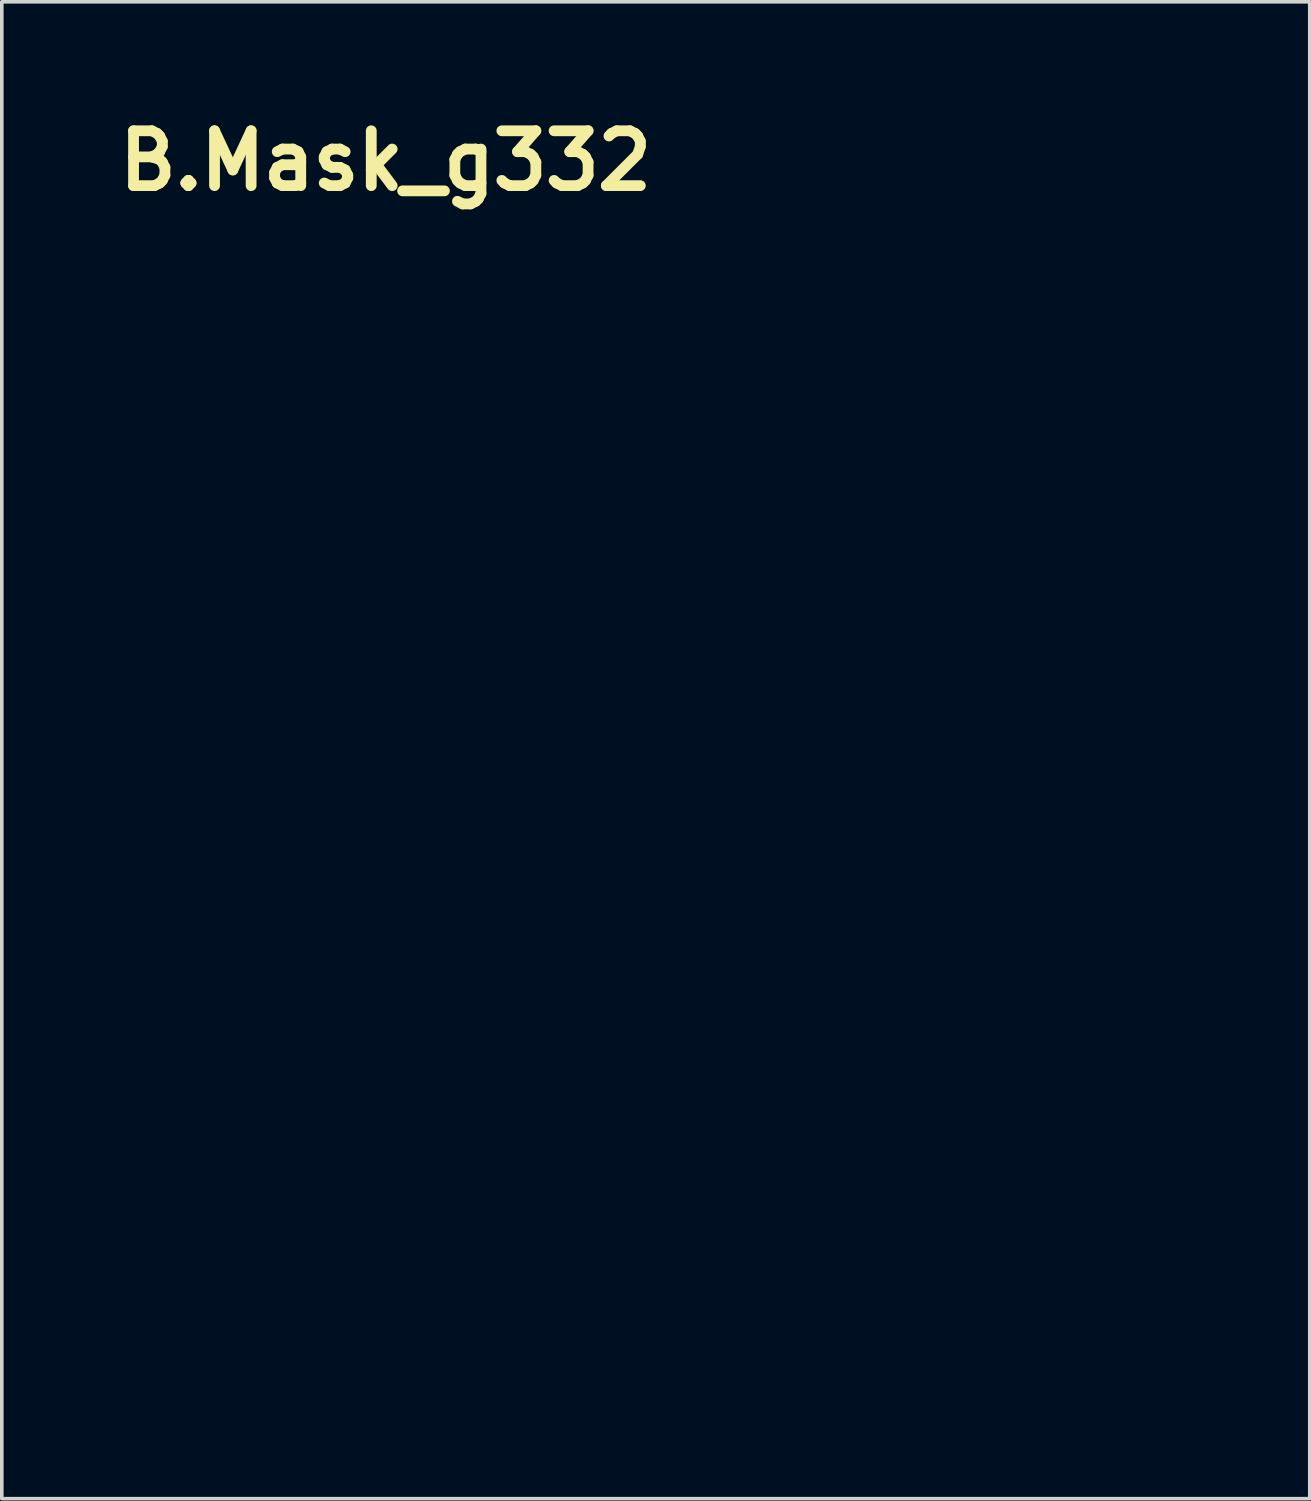
<source format=kicad_pcb>
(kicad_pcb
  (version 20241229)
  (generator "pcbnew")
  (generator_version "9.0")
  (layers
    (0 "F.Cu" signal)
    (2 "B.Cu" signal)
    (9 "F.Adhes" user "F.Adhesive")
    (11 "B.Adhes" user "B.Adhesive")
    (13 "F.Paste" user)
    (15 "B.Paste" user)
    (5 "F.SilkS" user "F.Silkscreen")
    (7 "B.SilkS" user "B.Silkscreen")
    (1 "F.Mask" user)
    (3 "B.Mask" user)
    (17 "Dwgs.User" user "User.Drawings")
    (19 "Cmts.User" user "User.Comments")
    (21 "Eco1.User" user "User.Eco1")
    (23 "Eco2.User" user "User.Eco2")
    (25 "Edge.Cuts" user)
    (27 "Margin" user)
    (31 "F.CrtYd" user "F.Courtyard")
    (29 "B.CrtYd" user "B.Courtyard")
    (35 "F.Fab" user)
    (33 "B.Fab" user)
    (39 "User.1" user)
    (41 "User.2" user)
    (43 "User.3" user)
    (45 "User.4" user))
  (footprint "B.Mask_g332"
    (layer "F.Cu")
    (at 7.664 1.418)
    (property "Reference" "B.Mask_g332" (at 0 0 0) (layer "F.SilkS") (effects (font (size 1.524 1.524) (thickness 0.3))))
    (attr through_hole)
    (fp_poly (pts (xy 3.281 30.184) (xy 3.09 30.184) (xy 3.09 30.861) (xy 3.281 30.861) (xy 3.281 31.073) (xy 2.625 31.073) (xy 2.625 30.861) (xy 2.794 30.861) (xy 2.794 30.184) (xy 2.625 30.184) (xy 2.625 29.972) (xy 3.281 29.972) (xy 3.281 30.184)) (stroke (width 0.01) (type solid)) (fill yes) (layer "B.Mask"))
    (fp_poly (pts (xy 3.725 32.533) (xy 2.921 32.533) (xy 2.921 32.322) (xy 3.429 32.322) (xy 3.429 32.068) (xy 2.963 32.068) (xy 2.963 31.835) (xy 3.429 31.835) (xy 3.429 31.665) (xy 2.921 31.665) (xy 2.921 31.433) (xy 3.725 31.433) (xy 3.725 32.533)) (stroke (width 0.01) (type solid)) (fill yes) (layer "B.Mask"))
    (fp_poly (pts (xy 4.344 31.437) (xy 4.752 31.443) (xy 4.758 31.988) (xy 4.763 32.533) (xy 3.937 32.533) (xy 3.937 32.322) (xy 4.445 32.322) (xy 4.445 32.068) (xy 3.979 32.068) (xy 3.979 31.835) (xy 4.445 31.835) (xy 4.445 31.665) (xy 3.937 31.665) (xy 3.937 31.432) (xy 4.344 31.437)) (stroke (width 0.01) (type solid)) (fill yes) (layer "B.Mask"))
    (fp_poly (pts (xy 21.378 28.131) (xy 22.67 28.131) (xy 22.665 28.75) (xy 22.659 29.369) (xy 22.019 29.374) (xy 21.378 29.38) (xy 21.378 30.649) (xy 20.151 30.649) (xy 20.151 29.379) (xy 18.881 29.379) (xy 18.881 28.131) (xy 20.151 28.131) (xy 20.151 26.86) (xy 21.378 26.86) (xy 21.378 28.131)) (stroke (width 0.01) (type solid)) (fill yes) (layer "B.Mask"))
    (fp_poly (pts (xy 1.677 30.269) (xy 1.683 30.565) (xy 1.871 30.269) (xy 2.059 29.972) (xy 2.413 29.972) (xy 2.413 31.073) (xy 2.139 31.073) (xy 2.133 30.724) (xy 2.127 30.376) (xy 1.915 30.719) (xy 1.702 31.062) (xy 1.55 31.068) (xy 1.397 31.075) (xy 1.397 29.972) (xy 1.671 29.972) (xy 1.677 30.269)) (stroke (width 0.01) (type solid)) (fill yes) (layer "B.Mask"))
    (fp_poly (pts (xy 5.694 31.073) (xy 5.382 31.071) (xy 5.232 31.068) (xy 5.119 31.062) (xy 5.036 31.052) (xy 4.976 31.036) (xy 4.868 30.978) (xy 4.772 30.89) (xy 4.698 30.783) (xy 4.669 30.711) (xy 4.643 30.569) (xy 4.957 30.569) (xy 4.982 30.684) (xy 5.038 30.77) (xy 5.124 30.827) (xy 5.242 30.856) (xy 5.297 30.859) (xy 5.376 30.861) (xy 5.376 30.205) (xy 5.265 30.205) (xy 5.146 30.221) (xy 5.055 30.269) (xy 4.992 30.346) (xy 4.96 30.453) (xy 4.957 30.569) (xy 4.643 30.569) (xy 4.64 30.552) (xy 4.648 30.403) (xy 4.693 30.27) (xy 4.773 30.156) (xy 4.885 30.065) (xy 4.929 30.041) (xy 4.978 30.019) (xy 5.023 30.002) (xy 5.072 29.991) (xy 5.136 29.984) (xy 5.222 29.979) (xy 5.339 29.976) (xy 5.371 29.975) (xy 5.694 29.967) (xy 5.694 31.073)) (stroke (width 0.01) (type solid)) (fill yes) (layer "B.Mask"))
    (fp_poly (pts (xy 2.709 32.533) (xy 2.413 32.533) (xy 2.413 32.356) (xy 2.411 32.26) (xy 2.404 32.198) (xy 2.39 32.162) (xy 2.38 32.151) (xy 2.345 32.136) (xy 2.332 32.145) (xy 2.314 32.17) (xy 2.277 32.221) (xy 2.226 32.29) (xy 2.181 32.35) (xy 2.044 32.533) (xy 1.669 32.533) (xy 1.875 32.263) (xy 1.946 32.17) (xy 2.008 32.088) (xy 2.058 32.023) (xy 2.089 31.982) (xy 2.097 31.971) (xy 2.091 31.948) (xy 2.059 31.897) (xy 2.005 31.824) (xy 1.932 31.733) (xy 1.904 31.7) (xy 1.831 31.613) (xy 1.77 31.539) (xy 1.723 31.482) (xy 1.697 31.448) (xy 1.693 31.441) (xy 1.713 31.437) (xy 1.765 31.435) (xy 1.839 31.433) (xy 1.868 31.433) (xy 2.043 31.434) (xy 2.223 31.667) (xy 2.402 31.899) (xy 2.408 31.666) (xy 2.414 31.433) (xy 2.709 31.433) (xy 2.709 32.533)) (stroke (width 0.01) (type solid)) (fill yes) (layer "B.Mask"))
    (fp_poly (pts (xy 8.018 33.576) (xy 8.069 33.718) (xy 8.116 33.847) (xy 8.156 33.957) (xy 8.186 34.044) (xy 8.206 34.102) (xy 8.213 34.126) (xy 8.213 34.126) (xy 8.194 34.134) (xy 8.142 34.14) (xy 8.071 34.142) (xy 8.066 34.142) (xy 7.92 34.142) (xy 7.885 34.036) (xy 7.849 33.93) (xy 7.458 33.93) (xy 7.427 34.031) (xy 7.396 34.131) (xy 7.233 34.137) (xy 7.07 34.144) (xy 7.109 34.042) (xy 7.128 33.992) (xy 7.159 33.91) (xy 7.199 33.803) (xy 7.238 33.697) (xy 7.539 33.697) (xy 7.654 33.697) (xy 7.717 33.696) (xy 7.758 33.694) (xy 7.768 33.692) (xy 7.761 33.671) (xy 7.743 33.62) (xy 7.718 33.549) (xy 7.709 33.523) (xy 7.65 33.359) (xy 7.539 33.697) (xy 7.238 33.697) (xy 7.245 33.679) (xy 7.295 33.544) (xy 7.314 33.491) (xy 7.479 33.041) (xy 7.822 33.041) (xy 8.018 33.576)) (stroke (width 0.01) (type solid)) (fill yes) (layer "B.Mask"))
    (fp_poly (pts (xy 0.817 33.035) (xy 0.922 33.051) (xy 0.958 33.06) (xy 1.058 33.089) (xy 1.058 33.21) (xy 1.056 33.277) (xy 1.051 33.326) (xy 1.046 33.343) (xy 1.022 33.341) (xy 0.972 33.325) (xy 0.924 33.304) (xy 0.812 33.264) (xy 0.717 33.254) (xy 0.642 33.272) (xy 0.592 33.317) (xy 0.572 33.388) (xy 0.572 33.398) (xy 0.583 33.465) (xy 0.62 33.537) (xy 0.685 33.618) (xy 0.782 33.711) (xy 0.894 33.806) (xy 0.974 33.872) (xy 1.027 33.918) (xy 1.059 33.953) (xy 1.074 33.984) (xy 1.079 34.019) (xy 1.079 34.049) (xy 1.079 34.142) (xy 0.212 34.142) (xy 0.212 33.909) (xy 0.634 33.909) (xy 0.469 33.745) (xy 0.388 33.662) (xy 0.334 33.598) (xy 0.3 33.544) (xy 0.279 33.49) (xy 0.276 33.48) (xy 0.258 33.351) (xy 0.278 33.239) (xy 0.336 33.144) (xy 0.426 33.073) (xy 0.493 33.049) (xy 0.589 33.034) (xy 0.701 33.029) (xy 0.817 33.035)) (stroke (width 0.01) (type solid)) (fill yes) (layer "B.Mask"))
    (fp_poly (pts (xy 6.609 33.052) (xy 6.746 33.113) (xy 6.861 33.203) (xy 6.947 33.322) (xy 6.949 33.325) (xy 6.981 33.421) (xy 6.997 33.539) (xy 6.995 33.666) (xy 6.976 33.786) (xy 6.946 33.872) (xy 6.865 33.989) (xy 6.755 34.081) (xy 6.649 34.131) (xy 6.551 34.152) (xy 6.428 34.16) (xy 6.292 34.156) (xy 6.158 34.14) (xy 6.101 34.128) (xy 5.969 34.097) (xy 5.969 33.528) (xy 6.477 33.528) (xy 6.477 33.761) (xy 6.265 33.761) (xy 6.265 33.957) (xy 6.37 33.945) (xy 6.497 33.915) (xy 6.591 33.857) (xy 6.653 33.772) (xy 6.684 33.658) (xy 6.689 33.585) (xy 6.67 33.464) (xy 6.615 33.362) (xy 6.538 33.29) (xy 6.457 33.254) (xy 6.355 33.246) (xy 6.243 33.266) (xy 6.132 33.312) (xy 6.129 33.314) (xy 6.065 33.348) (xy 6.014 33.372) (xy 5.99 33.38) (xy 5.979 33.36) (xy 5.971 33.308) (xy 5.969 33.243) (xy 5.969 33.106) (xy 6.109 33.063) (xy 6.285 33.026) (xy 6.454 33.022) (xy 6.609 33.052)) (stroke (width 0.01) (type solid)) (fill yes) (layer "B.Mask"))
    (fp_poly (pts (xy 1.845 33.035) (xy 1.939 33.043) (xy 2.011 33.055) (xy 2.027 33.059) (xy 2.117 33.085) (xy 2.117 33.222) (xy 2.115 33.292) (xy 2.112 33.341) (xy 2.108 33.359) (xy 2.086 33.35) (xy 2.037 33.329) (xy 1.986 33.306) (xy 1.876 33.267) (xy 1.78 33.257) (xy 1.705 33.274) (xy 1.653 33.314) (xy 1.629 33.375) (xy 1.639 33.454) (xy 1.661 33.505) (xy 1.691 33.547) (xy 1.745 33.607) (xy 1.815 33.678) (xy 1.893 33.752) (xy 1.969 33.82) (xy 2.035 33.874) (xy 2.077 33.903) (xy 2.115 33.931) (xy 2.133 33.966) (xy 2.138 34.023) (xy 2.138 34.041) (xy 2.138 34.142) (xy 1.27 34.142) (xy 1.27 33.909) (xy 1.487 33.909) (xy 1.704 33.909) (xy 1.571 33.791) (xy 1.46 33.68) (xy 1.384 33.577) (xy 1.34 33.475) (xy 1.324 33.368) (xy 1.324 33.356) (xy 1.336 33.246) (xy 1.377 33.161) (xy 1.454 33.092) (xy 1.484 33.073) (xy 1.53 33.051) (xy 1.585 33.038) (xy 1.661 33.032) (xy 1.746 33.031) (xy 1.845 33.035)) (stroke (width 0.01) (type solid)) (fill yes) (layer "B.Mask"))
    (fp_poly (pts (xy 3.771 30.372) (xy 3.775 30.526) (xy 3.78 30.643) (xy 3.789 30.728) (xy 3.803 30.788) (xy 3.824 30.827) (xy 3.853 30.851) (xy 3.893 30.866) (xy 3.927 30.873) (xy 3.997 30.872) (xy 4.066 30.849) (xy 4.119 30.811) (xy 4.136 30.786) (xy 4.14 30.755) (xy 4.143 30.688) (xy 4.146 30.594) (xy 4.148 30.48) (xy 4.149 30.362) (xy 4.149 29.972) (xy 4.47 29.972) (xy 4.463 30.39) (xy 4.46 30.534) (xy 4.457 30.642) (xy 4.453 30.722) (xy 4.447 30.78) (xy 4.438 30.823) (xy 4.426 30.857) (xy 4.409 30.89) (xy 4.403 30.902) (xy 4.347 30.979) (xy 4.278 31.033) (xy 4.187 31.067) (xy 4.067 31.085) (xy 3.99 31.089) (xy 3.856 31.087) (xy 3.755 31.074) (xy 3.719 31.064) (xy 3.622 31.015) (xy 3.553 30.945) (xy 3.511 30.872) (xy 3.497 30.836) (xy 3.487 30.794) (xy 3.48 30.739) (xy 3.475 30.665) (xy 3.473 30.563) (xy 3.472 30.428) (xy 3.472 30.379) (xy 3.471 29.972) (xy 3.764 29.972) (xy 3.771 30.372)) (stroke (width 0.01) (type solid)) (fill yes) (layer "B.Mask"))
    (fp_poly (pts (xy 3.975 33.034) (xy 4.068 33.042) (xy 4.138 33.054) (xy 4.154 33.059) (xy 4.233 33.087) (xy 4.233 33.223) (xy 4.233 33.292) (xy 4.231 33.341) (xy 4.228 33.359) (xy 4.208 33.35) (xy 4.162 33.327) (xy 4.119 33.306) (xy 4.003 33.262) (xy 3.902 33.256) (xy 3.818 33.287) (xy 3.798 33.302) (xy 3.759 33.342) (xy 3.749 33.384) (xy 3.755 33.427) (xy 3.785 33.502) (xy 3.85 33.592) (xy 3.945 33.691) (xy 4.066 33.796) (xy 4.107 33.828) (xy 4.177 33.882) (xy 4.221 33.921) (xy 4.244 33.953) (xy 4.253 33.989) (xy 4.254 34.036) (xy 4.255 34.041) (xy 4.255 34.142) (xy 3.387 34.142) (xy 3.387 33.909) (xy 3.841 33.909) (xy 3.757 33.841) (xy 3.628 33.727) (xy 3.537 33.621) (xy 3.48 33.517) (xy 3.453 33.411) (xy 3.45 33.358) (xy 3.463 33.245) (xy 3.505 33.157) (xy 3.58 33.089) (xy 3.593 33.08) (xy 3.637 33.056) (xy 3.683 33.041) (xy 3.743 33.034) (xy 3.829 33.031) (xy 3.873 33.031) (xy 3.975 33.034)) (stroke (width 0.01) (type solid)) (fill yes) (layer "B.Mask"))
    (fp_poly (pts (xy 7.566 29.972) (xy 7.736 29.972) (xy 7.932 30.507) (xy 7.984 30.649) (xy 8.031 30.778) (xy 8.07 30.888) (xy 8.101 30.975) (xy 8.121 31.033) (xy 8.128 31.057) (xy 8.128 31.057) (xy 8.109 31.065) (xy 8.058 31.07) (xy 7.986 31.073) (xy 7.982 31.073) (xy 7.835 31.073) (xy 7.8 30.967) (xy 7.765 30.861) (xy 7.373 30.861) (xy 7.342 30.962) (xy 7.311 31.062) (xy 7.148 31.068) (xy 6.985 31.074) (xy 7.024 30.973) (xy 7.043 30.923) (xy 7.074 30.841) (xy 7.114 30.734) (xy 7.154 30.626) (xy 7.462 30.626) (xy 7.471 30.644) (xy 7.498 30.65) (xy 7.544 30.65) (xy 7.568 30.649) (xy 7.639 30.646) (xy 7.674 30.637) (xy 7.678 30.623) (xy 7.667 30.591) (xy 7.647 30.531) (xy 7.622 30.454) (xy 7.618 30.442) (xy 7.568 30.287) (xy 7.522 30.424) (xy 7.488 30.523) (xy 7.468 30.588) (xy 7.462 30.626) (xy 7.154 30.626) (xy 7.16 30.61) (xy 7.21 30.475) (xy 7.229 30.422) (xy 7.395 29.972) (xy 7.566 29.972)) (stroke (width 0.01) (type solid)) (fill yes) (layer "B.Mask"))
    (fp_poly (pts (xy 6.858 31.073) (xy 6.562 31.073) (xy 6.562 30.692) (xy 6.499 30.692) (xy 6.468 30.696) (xy 6.438 30.712) (xy 6.402 30.746) (xy 6.355 30.803) (xy 6.296 30.882) (xy 6.156 31.073) (xy 5.978 31.073) (xy 5.897 31.071) (xy 5.836 31.066) (xy 5.803 31.06) (xy 5.8 31.057) (xy 5.813 31.035) (xy 5.847 30.987) (xy 5.898 30.92) (xy 5.96 30.84) (xy 5.968 30.83) (xy 6.135 30.619) (xy 6.054 30.544) (xy 5.981 30.452) (xy 5.943 30.352) (xy 5.941 30.314) (xy 6.245 30.314) (xy 6.261 30.381) (xy 6.287 30.416) (xy 6.327 30.444) (xy 6.387 30.457) (xy 6.445 30.459) (xy 6.562 30.459) (xy 6.562 30.321) (xy 6.561 30.247) (xy 6.556 30.206) (xy 6.543 30.188) (xy 6.517 30.184) (xy 6.503 30.184) (xy 6.428 30.191) (xy 6.353 30.207) (xy 6.293 30.229) (xy 6.263 30.251) (xy 6.245 30.314) (xy 5.941 30.314) (xy 5.939 30.25) (xy 5.968 30.155) (xy 6.028 30.074) (xy 6.117 30.014) (xy 6.17 29.995) (xy 6.222 29.987) (xy 6.306 29.98) (xy 6.412 29.975) (xy 6.527 29.972) (xy 6.556 29.972) (xy 6.858 29.972) (xy 6.858 31.073)) (stroke (width 0.01) (type solid)) (fill yes) (layer "B.Mask"))
    (fp_poly (pts (xy 0.764 29.964) (xy 0.844 29.984) (xy 0.975 30.043) (xy 1.078 30.132) (xy 1.151 30.25) (xy 1.193 30.392) (xy 1.202 30.556) (xy 1.202 30.565) (xy 1.176 30.724) (xy 1.12 30.859) (xy 1.035 30.966) (xy 0.924 31.043) (xy 0.845 31.073) (xy 0.768 31.086) (xy 0.669 31.092) (xy 0.563 31.089) (xy 0.468 31.08) (xy 0.405 31.065) (xy 0.306 31.012) (xy 0.213 30.931) (xy 0.139 30.837) (xy 0.12 30.799) (xy 0.095 30.73) (xy 0.081 30.651) (xy 0.076 30.548) (xy 0.076 30.527) (xy 0.381 30.527) (xy 0.396 30.65) (xy 0.434 30.75) (xy 0.493 30.824) (xy 0.567 30.867) (xy 0.651 30.877) (xy 0.741 30.849) (xy 0.758 30.839) (xy 0.827 30.775) (xy 0.87 30.682) (xy 0.888 30.558) (xy 0.889 30.522) (xy 0.875 30.39) (xy 0.835 30.29) (xy 0.77 30.222) (xy 0.679 30.188) (xy 0.626 30.184) (xy 0.539 30.203) (xy 0.467 30.258) (xy 0.415 30.343) (xy 0.386 30.453) (xy 0.381 30.527) (xy 0.076 30.527) (xy 0.076 30.522) (xy 0.078 30.425) (xy 0.086 30.355) (xy 0.103 30.296) (xy 0.133 30.233) (xy 0.216 30.116) (xy 0.326 30.029) (xy 0.457 29.974) (xy 0.605 29.951) (xy 0.764 29.964)) (stroke (width 0.01) (type solid)) (fill yes) (layer "B.Mask"))
    (fp_poly (pts (xy 2.887 33.027) (xy 3.009 33.057) (xy 3.105 33.119) (xy 3.176 33.214) (xy 3.225 33.343) (xy 3.252 33.5) (xy 3.255 33.611) (xy 3.245 33.731) (xy 3.224 33.846) (xy 3.195 33.944) (xy 3.168 33.999) (xy 3.095 34.073) (xy 2.994 34.127) (xy 2.876 34.158) (xy 2.75 34.164) (xy 2.628 34.144) (xy 2.57 34.123) (xy 2.485 34.069) (xy 2.421 33.992) (xy 2.376 33.886) (xy 2.346 33.747) (xy 2.34 33.696) (xy 2.336 33.583) (xy 2.646 33.583) (xy 2.648 33.681) (xy 2.655 33.768) (xy 2.665 33.83) (xy 2.668 33.839) (xy 2.71 33.912) (xy 2.768 33.946) (xy 2.838 33.941) (xy 2.846 33.938) (xy 2.888 33.907) (xy 2.917 33.847) (xy 2.935 33.755) (xy 2.942 33.627) (xy 2.942 33.592) (xy 2.938 33.458) (xy 2.924 33.361) (xy 2.899 33.296) (xy 2.861 33.257) (xy 2.832 33.246) (xy 2.771 33.249) (xy 2.712 33.285) (xy 2.669 33.343) (xy 2.666 33.351) (xy 2.655 33.404) (xy 2.649 33.486) (xy 2.646 33.583) (xy 2.336 33.583) (xy 2.336 33.58) (xy 2.347 33.454) (xy 2.371 33.333) (xy 2.405 33.232) (xy 2.419 33.205) (xy 2.487 33.117) (xy 2.58 33.06) (xy 2.702 33.029) (xy 2.737 33.026) (xy 2.887 33.027)) (stroke (width 0.01) (type solid)) (fill yes) (layer "B.Mask"))
    (fp_poly (pts (xy 5.381 33.032) (xy 5.453 33.04) (xy 5.511 33.055) (xy 5.569 33.08) (xy 5.578 33.085) (xy 5.683 33.156) (xy 5.749 33.243) (xy 5.777 33.347) (xy 5.778 33.378) (xy 5.766 33.477) (xy 5.727 33.558) (xy 5.658 33.623) (xy 5.554 33.676) (xy 5.413 33.719) (xy 5.373 33.728) (xy 5.266 33.759) (xy 5.192 33.795) (xy 5.154 33.834) (xy 5.153 33.872) (xy 5.19 33.907) (xy 5.257 33.933) (xy 5.318 33.945) (xy 5.379 33.943) (xy 5.459 33.928) (xy 5.479 33.923) (xy 5.56 33.898) (xy 5.632 33.868) (xy 5.673 33.846) (xy 5.725 33.813) (xy 5.756 33.807) (xy 5.772 33.833) (xy 5.776 33.894) (xy 5.774 33.946) (xy 5.768 34.089) (xy 5.683 34.118) (xy 5.603 34.138) (xy 5.498 34.15) (xy 5.383 34.156) (xy 5.27 34.155) (xy 5.174 34.147) (xy 5.113 34.133) (xy 5.007 34.082) (xy 4.931 34.018) (xy 4.875 33.929) (xy 4.846 33.859) (xy 4.839 33.799) (xy 4.846 33.744) (xy 4.879 33.648) (xy 4.941 33.574) (xy 5.036 33.518) (xy 5.132 33.484) (xy 5.253 33.45) (xy 5.338 33.424) (xy 5.395 33.405) (xy 5.43 33.388) (xy 5.448 33.373) (xy 5.455 33.356) (xy 5.457 33.346) (xy 5.448 33.296) (xy 5.403 33.263) (xy 5.322 33.247) (xy 5.272 33.246) (xy 5.16 33.256) (xy 5.056 33.291) (xy 5.032 33.302) (xy 4.969 33.332) (xy 4.922 33.353) (xy 4.903 33.359) (xy 4.896 33.339) (xy 4.891 33.289) (xy 4.889 33.224) (xy 4.889 33.089) (xy 4.99 33.06) (xy 5.059 33.046) (xy 5.153 33.036) (xy 5.254 33.031) (xy 5.282 33.031) (xy 5.381 33.032)) (stroke (width 0.01) (type solid)) (fill yes) (layer "B.Mask"))
    (fp_poly (pts (xy 5.722 31.437) (xy 5.871 31.443) (xy 5.95 31.734) (xy 5.979 31.844) (xy 6.006 31.944) (xy 6.028 32.024) (xy 6.041 32.076) (xy 6.044 32.084) (xy 6.051 32.097) (xy 6.061 32.086) (xy 6.076 32.047) (xy 6.095 31.975) (xy 6.12 31.868) (xy 6.137 31.792) (xy 6.215 31.443) (xy 6.367 31.437) (xy 6.448 31.435) (xy 6.495 31.439) (xy 6.516 31.45) (xy 6.519 31.462) (xy 6.514 31.491) (xy 6.499 31.554) (xy 6.476 31.647) (xy 6.446 31.762) (xy 6.411 31.895) (xy 6.382 32.004) (xy 6.344 32.144) (xy 6.31 32.27) (xy 6.282 32.377) (xy 6.261 32.458) (xy 6.248 32.509) (xy 6.244 32.524) (xy 6.225 32.528) (xy 6.173 32.531) (xy 6.099 32.533) (xy 6.076 32.533) (xy 5.909 32.533) (xy 5.877 32.422) (xy 5.858 32.353) (xy 5.832 32.258) (xy 5.803 32.152) (xy 5.788 32.094) (xy 5.764 32.005) (xy 5.744 31.936) (xy 5.73 31.892) (xy 5.725 31.882) (xy 5.718 31.903) (xy 5.702 31.957) (xy 5.681 32.034) (xy 5.663 32.099) (xy 5.635 32.203) (xy 5.607 32.305) (xy 5.583 32.39) (xy 5.574 32.422) (xy 5.543 32.533) (xy 5.375 32.533) (xy 5.297 32.532) (xy 5.238 32.529) (xy 5.209 32.524) (xy 5.207 32.523) (xy 5.202 32.5) (xy 5.187 32.442) (xy 5.164 32.355) (xy 5.134 32.244) (xy 5.099 32.114) (xy 5.069 32.006) (xy 5.031 31.864) (xy 4.997 31.736) (xy 4.969 31.625) (xy 4.948 31.539) (xy 4.935 31.484) (xy 4.932 31.466) (xy 4.939 31.448) (xy 4.968 31.438) (xy 5.025 31.433) (xy 5.078 31.433) (xy 5.223 31.433) (xy 5.289 31.713) (xy 5.315 31.823) (xy 5.338 31.924) (xy 5.356 32.006) (xy 5.368 32.059) (xy 5.369 32.065) (xy 5.377 32.098) (xy 5.385 32.112) (xy 5.395 32.104) (xy 5.409 32.07) (xy 5.428 32.007) (xy 5.454 31.91) (xy 5.487 31.776) (xy 5.492 31.754) (xy 5.572 31.431) (xy 5.722 31.437)) (stroke (width 0.01) (type solid)) (fill yes) (layer "B.Mask")))
  (gr_rect
    (start -3 -3)
    (end 33.339 38.587)
    (stroke (width 0.1) (type default))
    (fill no)
    (layer "Edge.Cuts")))
</source>
